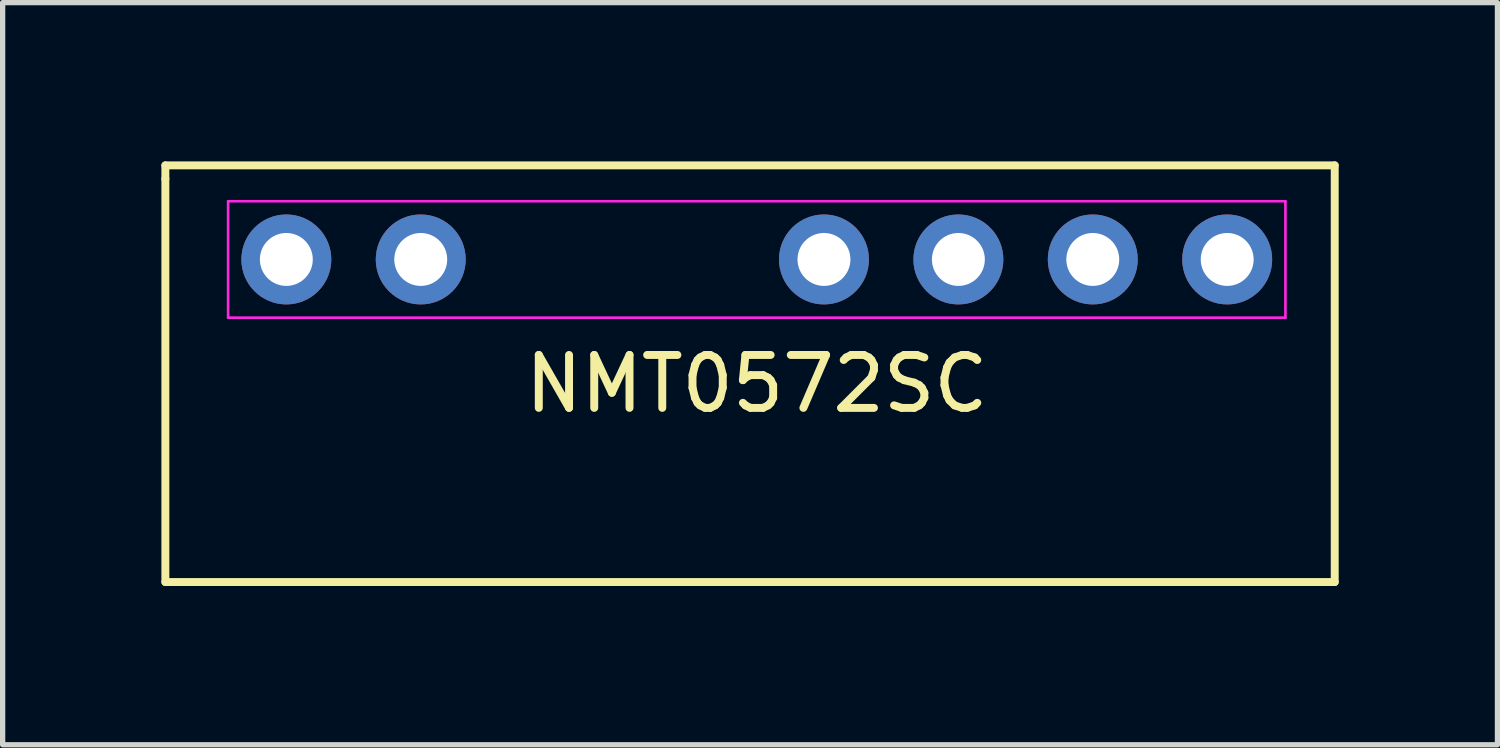
<source format=kicad_pcb>
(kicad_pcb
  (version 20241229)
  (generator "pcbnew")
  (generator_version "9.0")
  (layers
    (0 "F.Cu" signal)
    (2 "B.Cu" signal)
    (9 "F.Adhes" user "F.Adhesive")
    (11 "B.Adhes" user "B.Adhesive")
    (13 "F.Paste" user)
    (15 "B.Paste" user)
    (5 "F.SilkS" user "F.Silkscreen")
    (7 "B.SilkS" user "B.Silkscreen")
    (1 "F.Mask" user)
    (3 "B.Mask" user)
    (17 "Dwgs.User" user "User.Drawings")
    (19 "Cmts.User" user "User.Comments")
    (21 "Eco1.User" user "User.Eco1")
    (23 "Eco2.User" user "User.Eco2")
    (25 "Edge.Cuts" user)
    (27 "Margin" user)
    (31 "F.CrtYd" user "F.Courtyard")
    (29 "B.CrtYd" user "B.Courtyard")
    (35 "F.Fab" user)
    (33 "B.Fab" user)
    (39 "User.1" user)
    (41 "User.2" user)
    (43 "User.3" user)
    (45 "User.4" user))
  (footprint "NMT0572SC"
    (layer "F.Cu")
    (at 11.251 1.853)
    (property "Reference" "NMT0572SC" (at 0 2.35 0) (layer "F.SilkS") (effects (font (size 1 1) (thickness 0.15))))
    (attr through_hole)
    (fp_line (start -11.176 -1.778) (end -11.176 -1.524) (stroke (width 0.15) (type solid)) (layer "F.SilkS"))
    (fp_line (start -11.176 -1.524) (end -11.176 6.096) (stroke (width 0.15) (type solid)) (layer "F.SilkS"))
    (fp_line (start -11.176 6.096) (end 10.922 6.096) (stroke (width 0.15) (type solid)) (layer "F.SilkS"))
    (fp_line (start 10.922 -1.778) (end -11.176 -1.778) (stroke (width 0.15) (type solid)) (layer "F.SilkS"))
    (fp_line (start 10.922 6.096) (end 10.922 -1.778) (stroke (width 0.15) (type solid)) (layer "F.SilkS"))
    (fp_line (start -9.99 -1.1) (end 9.99 -1.1) (stroke (width 0.05) (type solid)) (layer "F.CrtYd"))
    (fp_line (start -9.99 1.1) (end -9.99 -1.1) (stroke (width 0.05) (type solid)) (layer "F.CrtYd"))
    (fp_line (start 9.99 -1.1) (end 9.99 1.1) (stroke (width 0.05) (type solid)) (layer "F.CrtYd"))
    (fp_line (start 9.99 1.1) (end -9.99 1.1) (stroke (width 0.05) (type solid)) (layer "F.CrtYd"))
    (pad "1" thru_hole circle (at -8.89 0) (size 1.7 1.7) (drill 1) (layers "*.Cu" "*.Mask"))
    (pad "2" thru_hole circle (at -6.35 0) (size 1.7 1.7) (drill 1) (layers "*.Cu" "*.Mask"))
    (pad "5" thru_hole circle (at 1.27 0) (size 1.7 1.7) (drill 1) (layers "*.Cu" "*.Mask"))
    (pad "6" thru_hole circle (at 3.81 0) (size 1.7 1.7) (drill 1) (layers "*.Cu" "*.Mask"))
    (pad "7" thru_hole circle (at 6.35 0) (size 1.7 1.7) (drill 1) (layers "*.Cu" "*.Mask"))
    (pad "8" thru_hole circle (at 8.89 0) (size 1.7 1.7) (drill 1) (layers "*.Cu" "*.Mask")))
  (gr_rect
    (start -3 -3)
    (end 25.248 11.024)
    (stroke (width 0.1) (type default))
    (fill no)
    (layer "Edge.Cuts")))
</source>
